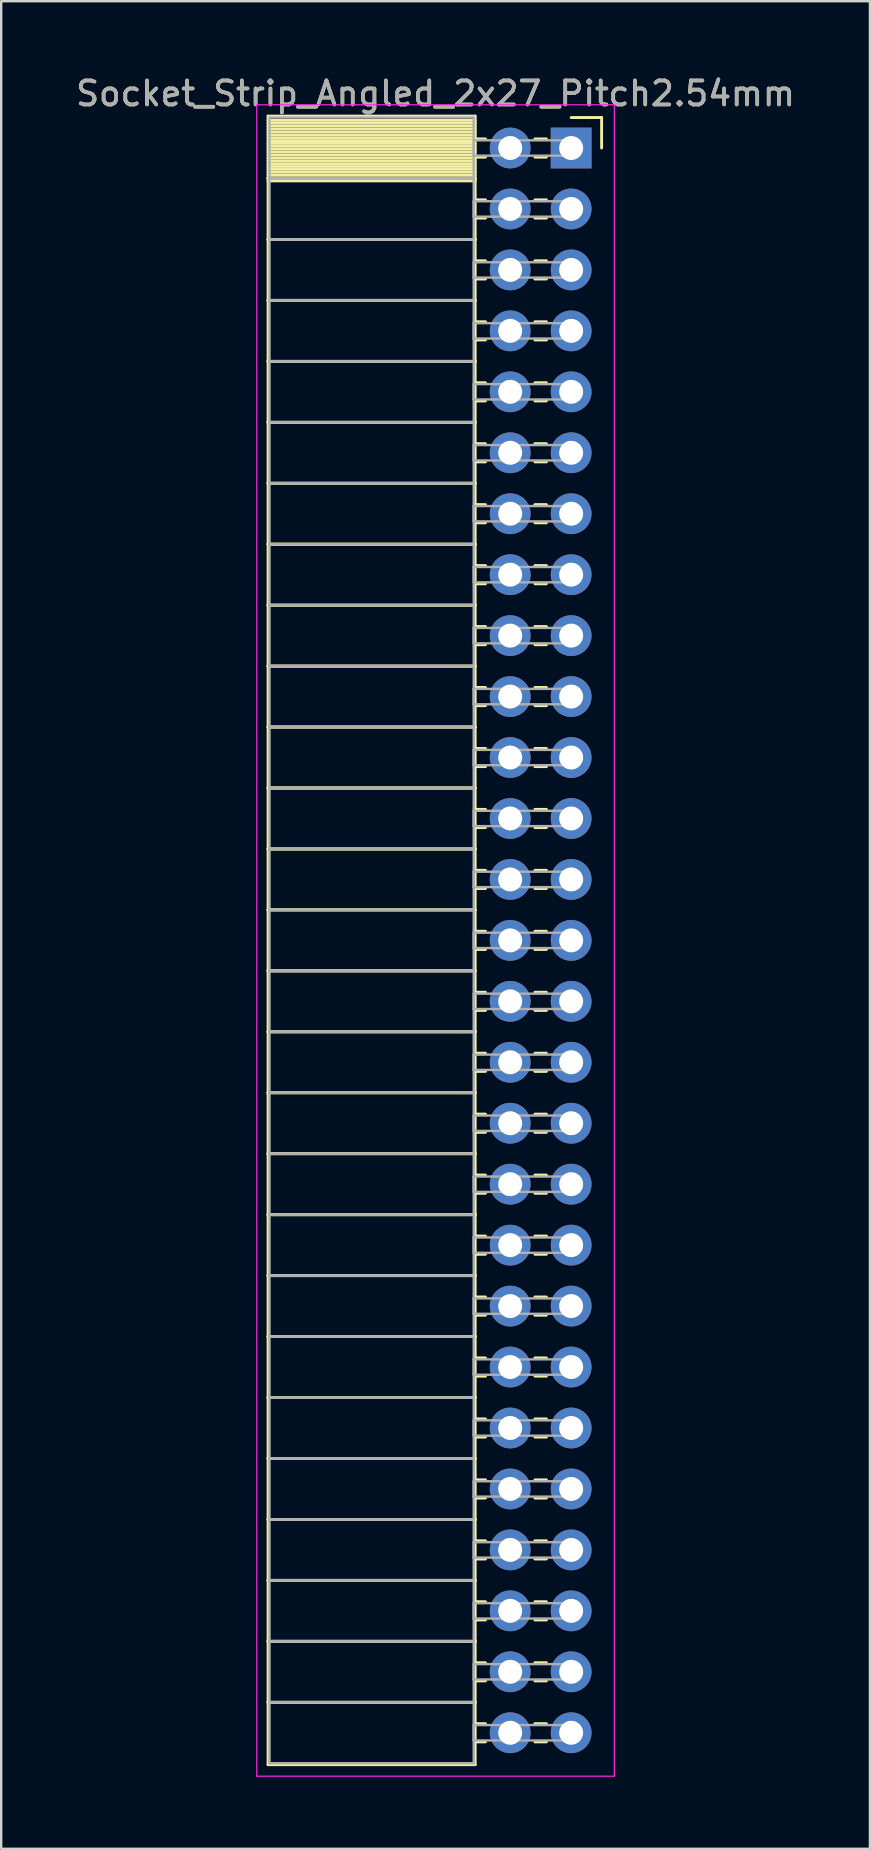
<source format=kicad_pcb>
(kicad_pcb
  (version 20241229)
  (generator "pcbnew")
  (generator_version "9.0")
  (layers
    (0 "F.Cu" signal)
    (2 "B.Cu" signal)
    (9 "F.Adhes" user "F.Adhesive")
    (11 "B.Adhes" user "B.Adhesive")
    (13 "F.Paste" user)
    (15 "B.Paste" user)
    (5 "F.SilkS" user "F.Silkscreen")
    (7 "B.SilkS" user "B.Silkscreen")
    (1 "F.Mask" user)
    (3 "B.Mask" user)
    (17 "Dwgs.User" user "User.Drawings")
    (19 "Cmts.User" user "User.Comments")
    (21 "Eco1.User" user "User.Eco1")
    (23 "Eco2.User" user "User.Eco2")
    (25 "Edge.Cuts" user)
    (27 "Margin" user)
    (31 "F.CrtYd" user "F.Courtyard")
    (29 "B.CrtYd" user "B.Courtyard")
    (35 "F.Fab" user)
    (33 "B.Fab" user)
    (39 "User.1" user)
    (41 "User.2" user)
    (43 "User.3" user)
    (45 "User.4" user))
  (footprint "Socket_Strip_Angled_2x27_Pitch2.54mm"
    (layer "F.Cu")
    (at 20.751 3.118)
    (property "Reference" "Socket_Strip_Angled_2x27_Pitch2.54mm" (at -5.65 -2.27 0) (layer "F.SilkS") (effects (font (size 1 1) (thickness 0.15))))
    (attr through_hole)
    (fp_line (start -12.63 -1.33) (end -4 -1.33) (stroke (width 0.12) (type solid)) (layer "F.SilkS"))
    (fp_line (start -12.63 1.27) (end -12.63 -1.33) (stroke (width 0.12) (type solid)) (layer "F.SilkS"))
    (fp_line (start -12.63 1.27) (end -4 1.27) (stroke (width 0.12) (type solid)) (layer "F.SilkS"))
    (fp_line (start -12.63 3.81) (end -12.63 1.27) (stroke (width 0.12) (type solid)) (layer "F.SilkS"))
    (fp_line (start -12.63 3.81) (end -4 3.81) (stroke (width 0.12) (type solid)) (layer "F.SilkS"))
    (fp_line (start -12.63 6.35) (end -12.63 3.81) (stroke (width 0.12) (type solid)) (layer "F.SilkS"))
    (fp_line (start -12.63 6.35) (end -4 6.35) (stroke (width 0.12) (type solid)) (layer "F.SilkS"))
    (fp_line (start -12.63 8.89) (end -12.63 6.35) (stroke (width 0.12) (type solid)) (layer "F.SilkS"))
    (fp_line (start -12.63 8.89) (end -4 8.89) (stroke (width 0.12) (type solid)) (layer "F.SilkS"))
    (fp_line (start -12.63 11.43) (end -12.63 8.89) (stroke (width 0.12) (type solid)) (layer "F.SilkS"))
    (fp_line (start -12.63 11.43) (end -4 11.43) (stroke (width 0.12) (type solid)) (layer "F.SilkS"))
    (fp_line (start -12.63 13.97) (end -12.63 11.43) (stroke (width 0.12) (type solid)) (layer "F.SilkS"))
    (fp_line (start -12.63 13.97) (end -4 13.97) (stroke (width 0.12) (type solid)) (layer "F.SilkS"))
    (fp_line (start -12.63 16.51) (end -12.63 13.97) (stroke (width 0.12) (type solid)) (layer "F.SilkS"))
    (fp_line (start -12.63 16.51) (end -4 16.51) (stroke (width 0.12) (type solid)) (layer "F.SilkS"))
    (fp_line (start -12.63 19.05) (end -12.63 16.51) (stroke (width 0.12) (type solid)) (layer "F.SilkS"))
    (fp_line (start -12.63 19.05) (end -4 19.05) (stroke (width 0.12) (type solid)) (layer "F.SilkS"))
    (fp_line (start -12.63 21.59) (end -12.63 19.05) (stroke (width 0.12) (type solid)) (layer "F.SilkS"))
    (fp_line (start -12.63 21.59) (end -4 21.59) (stroke (width 0.12) (type solid)) (layer "F.SilkS"))
    (fp_line (start -12.63 24.13) (end -12.63 21.59) (stroke (width 0.12) (type solid)) (layer "F.SilkS"))
    (fp_line (start -12.63 24.13) (end -4 24.13) (stroke (width 0.12) (type solid)) (layer "F.SilkS"))
    (fp_line (start -12.63 26.67) (end -12.63 24.13) (stroke (width 0.12) (type solid)) (layer "F.SilkS"))
    (fp_line (start -12.63 26.67) (end -4 26.67) (stroke (width 0.12) (type solid)) (layer "F.SilkS"))
    (fp_line (start -12.63 29.21) (end -12.63 26.67) (stroke (width 0.12) (type solid)) (layer "F.SilkS"))
    (fp_line (start -12.63 29.21) (end -4 29.21) (stroke (width 0.12) (type solid)) (layer "F.SilkS"))
    (fp_line (start -12.63 31.75) (end -12.63 29.21) (stroke (width 0.12) (type solid)) (layer "F.SilkS"))
    (fp_line (start -12.63 31.75) (end -4 31.75) (stroke (width 0.12) (type solid)) (layer "F.SilkS"))
    (fp_line (start -12.63 34.29) (end -12.63 31.75) (stroke (width 0.12) (type solid)) (layer "F.SilkS"))
    (fp_line (start -12.63 34.29) (end -4 34.29) (stroke (width 0.12) (type solid)) (layer "F.SilkS"))
    (fp_line (start -12.63 36.83) (end -12.63 34.29) (stroke (width 0.12) (type solid)) (layer "F.SilkS"))
    (fp_line (start -12.63 36.83) (end -4 36.83) (stroke (width 0.12) (type solid)) (layer "F.SilkS"))
    (fp_line (start -12.63 39.37) (end -12.63 36.83) (stroke (width 0.12) (type solid)) (layer "F.SilkS"))
    (fp_line (start -12.63 39.37) (end -4 39.37) (stroke (width 0.12) (type solid)) (layer "F.SilkS"))
    (fp_line (start -12.63 41.91) (end -12.63 39.37) (stroke (width 0.12) (type solid)) (layer "F.SilkS"))
    (fp_line (start -12.63 41.91) (end -4 41.91) (stroke (width 0.12) (type solid)) (layer "F.SilkS"))
    (fp_line (start -12.63 44.45) (end -12.63 41.91) (stroke (width 0.12) (type solid)) (layer "F.SilkS"))
    (fp_line (start -12.63 44.45) (end -4 44.45) (stroke (width 0.12) (type solid)) (layer "F.SilkS"))
    (fp_line (start -12.63 46.99) (end -12.63 44.45) (stroke (width 0.12) (type solid)) (layer "F.SilkS"))
    (fp_line (start -12.63 46.99) (end -4 46.99) (stroke (width 0.12) (type solid)) (layer "F.SilkS"))
    (fp_line (start -12.63 49.53) (end -12.63 46.99) (stroke (width 0.12) (type solid)) (layer "F.SilkS"))
    (fp_line (start -12.63 49.53) (end -4 49.53) (stroke (width 0.12) (type solid)) (layer "F.SilkS"))
    (fp_line (start -12.63 52.07) (end -12.63 49.53) (stroke (width 0.12) (type solid)) (layer "F.SilkS"))
    (fp_line (start -12.63 52.07) (end -4 52.07) (stroke (width 0.12) (type solid)) (layer "F.SilkS"))
    (fp_line (start -12.63 54.61) (end -12.63 52.07) (stroke (width 0.12) (type solid)) (layer "F.SilkS"))
    (fp_line (start -12.63 54.61) (end -4 54.61) (stroke (width 0.12) (type solid)) (layer "F.SilkS"))
    (fp_line (start -12.63 57.15) (end -12.63 54.61) (stroke (width 0.12) (type solid)) (layer "F.SilkS"))
    (fp_line (start -12.63 57.15) (end -4 57.15) (stroke (width 0.12) (type solid)) (layer "F.SilkS"))
    (fp_line (start -12.63 59.69) (end -12.63 57.15) (stroke (width 0.12) (type solid)) (layer "F.SilkS"))
    (fp_line (start -12.63 59.69) (end -4 59.69) (stroke (width 0.12) (type solid)) (layer "F.SilkS"))
    (fp_line (start -12.63 62.23) (end -12.63 59.69) (stroke (width 0.12) (type solid)) (layer "F.SilkS"))
    (fp_line (start -12.63 62.23) (end -4 62.23) (stroke (width 0.12) (type solid)) (layer "F.SilkS"))
    (fp_line (start -12.63 64.77) (end -12.63 62.23) (stroke (width 0.12) (type solid)) (layer "F.SilkS"))
    (fp_line (start -12.63 64.77) (end -4 64.77) (stroke (width 0.12) (type solid)) (layer "F.SilkS"))
    (fp_line (start -12.63 67.37) (end -12.63 64.77) (stroke (width 0.12) (type solid)) (layer "F.SilkS"))
    (fp_line (start -4 -1.33) (end -4 1.27) (stroke (width 0.12) (type solid)) (layer "F.SilkS"))
    (fp_line (start -4 -1.15) (end -12.63 -1.15) (stroke (width 0.12) (type solid)) (layer "F.SilkS"))
    (fp_line (start -4 -1.03) (end -12.63 -1.03) (stroke (width 0.12) (type solid)) (layer "F.SilkS"))
    (fp_line (start -4 -0.91) (end -12.63 -0.91) (stroke (width 0.12) (type solid)) (layer "F.SilkS"))
    (fp_line (start -4 -0.79) (end -12.63 -0.79) (stroke (width 0.12) (type solid)) (layer "F.SilkS"))
    (fp_line (start -4 -0.67) (end -12.63 -0.67) (stroke (width 0.12) (type solid)) (layer "F.SilkS"))
    (fp_line (start -4 -0.55) (end -12.63 -0.55) (stroke (width 0.12) (type solid)) (layer "F.SilkS"))
    (fp_line (start -4 -0.43) (end -12.63 -0.43) (stroke (width 0.12) (type solid)) (layer "F.SilkS"))
    (fp_line (start -4 -0.31) (end -12.63 -0.31) (stroke (width 0.12) (type solid)) (layer "F.SilkS"))
    (fp_line (start -4 -0.19) (end -12.63 -0.19) (stroke (width 0.12) (type solid)) (layer "F.SilkS"))
    (fp_line (start -4 -0.07) (end -12.63 -0.07) (stroke (width 0.12) (type solid)) (layer "F.SilkS"))
    (fp_line (start -4 0.05) (end -12.63 0.05) (stroke (width 0.12) (type solid)) (layer "F.SilkS"))
    (fp_line (start -4 0.17) (end -12.63 0.17) (stroke (width 0.12) (type solid)) (layer "F.SilkS"))
    (fp_line (start -4 0.29) (end -12.63 0.29) (stroke (width 0.12) (type solid)) (layer "F.SilkS"))
    (fp_line (start -4 0.41) (end -12.63 0.41) (stroke (width 0.12) (type solid)) (layer "F.SilkS"))
    (fp_line (start -4 0.53) (end -12.63 0.53) (stroke (width 0.12) (type solid)) (layer "F.SilkS"))
    (fp_line (start -4 0.65) (end -12.63 0.65) (stroke (width 0.12) (type solid)) (layer "F.SilkS"))
    (fp_line (start -4 0.77) (end -12.63 0.77) (stroke (width 0.12) (type solid)) (layer "F.SilkS"))
    (fp_line (start -4 0.89) (end -12.63 0.89) (stroke (width 0.12) (type solid)) (layer "F.SilkS"))
    (fp_line (start -4 1.01) (end -12.63 1.01) (stroke (width 0.12) (type solid)) (layer "F.SilkS"))
    (fp_line (start -4 1.13) (end -12.63 1.13) (stroke (width 0.12) (type solid)) (layer "F.SilkS"))
    (fp_line (start -4 1.25) (end -12.63 1.25) (stroke (width 0.12) (type solid)) (layer "F.SilkS"))
    (fp_line (start -4 1.27) (end -12.63 1.27) (stroke (width 0.12) (type solid)) (layer "F.SilkS"))
    (fp_line (start -4 1.27) (end -4 3.81) (stroke (width 0.12) (type solid)) (layer "F.SilkS"))
    (fp_line (start -4 1.37) (end -12.63 1.37) (stroke (width 0.12) (type solid)) (layer "F.SilkS"))
    (fp_line (start -4 3.81) (end -12.63 3.81) (stroke (width 0.12) (type solid)) (layer "F.SilkS"))
    (fp_line (start -4 3.81) (end -4 6.35) (stroke (width 0.12) (type solid)) (layer "F.SilkS"))
    (fp_line (start -4 6.35) (end -12.63 6.35) (stroke (width 0.12) (type solid)) (layer "F.SilkS"))
    (fp_line (start -4 6.35) (end -4 8.89) (stroke (width 0.12) (type solid)) (layer "F.SilkS"))
    (fp_line (start -4 8.89) (end -12.63 8.89) (stroke (width 0.12) (type solid)) (layer "F.SilkS"))
    (fp_line (start -4 8.89) (end -4 11.43) (stroke (width 0.12) (type solid)) (layer "F.SilkS"))
    (fp_line (start -4 11.43) (end -12.63 11.43) (stroke (width 0.12) (type solid)) (layer "F.SilkS"))
    (fp_line (start -4 11.43) (end -4 13.97) (stroke (width 0.12) (type solid)) (layer "F.SilkS"))
    (fp_line (start -4 13.97) (end -12.63 13.97) (stroke (width 0.12) (type solid)) (layer "F.SilkS"))
    (fp_line (start -4 13.97) (end -4 16.51) (stroke (width 0.12) (type solid)) (layer "F.SilkS"))
    (fp_line (start -4 16.51) (end -12.63 16.51) (stroke (width 0.12) (type solid)) (layer "F.SilkS"))
    (fp_line (start -4 16.51) (end -4 19.05) (stroke (width 0.12) (type solid)) (layer "F.SilkS"))
    (fp_line (start -4 19.05) (end -12.63 19.05) (stroke (width 0.12) (type solid)) (layer "F.SilkS"))
    (fp_line (start -4 19.05) (end -4 21.59) (stroke (width 0.12) (type solid)) (layer "F.SilkS"))
    (fp_line (start -4 21.59) (end -12.63 21.59) (stroke (width 0.12) (type solid)) (layer "F.SilkS"))
    (fp_line (start -4 21.59) (end -4 24.13) (stroke (width 0.12) (type solid)) (layer "F.SilkS"))
    (fp_line (start -4 24.13) (end -12.63 24.13) (stroke (width 0.12) (type solid)) (layer "F.SilkS"))
    (fp_line (start -4 24.13) (end -4 26.67) (stroke (width 0.12) (type solid)) (layer "F.SilkS"))
    (fp_line (start -4 26.67) (end -12.63 26.67) (stroke (width 0.12) (type solid)) (layer "F.SilkS"))
    (fp_line (start -4 26.67) (end -4 29.21) (stroke (width 0.12) (type solid)) (layer "F.SilkS"))
    (fp_line (start -4 29.21) (end -12.63 29.21) (stroke (width 0.12) (type solid)) (layer "F.SilkS"))
    (fp_line (start -4 29.21) (end -4 31.75) (stroke (width 0.12) (type solid)) (layer "F.SilkS"))
    (fp_line (start -4 31.75) (end -12.63 31.75) (stroke (width 0.12) (type solid)) (layer "F.SilkS"))
    (fp_line (start -4 31.75) (end -4 34.29) (stroke (width 0.12) (type solid)) (layer "F.SilkS"))
    (fp_line (start -4 34.29) (end -12.63 34.29) (stroke (width 0.12) (type solid)) (layer "F.SilkS"))
    (fp_line (start -4 34.29) (end -4 36.83) (stroke (width 0.12) (type solid)) (layer "F.SilkS"))
    (fp_line (start -4 36.83) (end -12.63 36.83) (stroke (width 0.12) (type solid)) (layer "F.SilkS"))
    (fp_line (start -4 36.83) (end -4 39.37) (stroke (width 0.12) (type solid)) (layer "F.SilkS"))
    (fp_line (start -4 39.37) (end -12.63 39.37) (stroke (width 0.12) (type solid)) (layer "F.SilkS"))
    (fp_line (start -4 39.37) (end -4 41.91) (stroke (width 0.12) (type solid)) (layer "F.SilkS"))
    (fp_line (start -4 41.91) (end -12.63 41.91) (stroke (width 0.12) (type solid)) (layer "F.SilkS"))
    (fp_line (start -4 41.91) (end -4 44.45) (stroke (width 0.12) (type solid)) (layer "F.SilkS"))
    (fp_line (start -4 44.45) (end -12.63 44.45) (stroke (width 0.12) (type solid)) (layer "F.SilkS"))
    (fp_line (start -4 44.45) (end -4 46.99) (stroke (width 0.12) (type solid)) (layer "F.SilkS"))
    (fp_line (start -4 46.99) (end -12.63 46.99) (stroke (width 0.12) (type solid)) (layer "F.SilkS"))
    (fp_line (start -4 46.99) (end -4 49.53) (stroke (width 0.12) (type solid)) (layer "F.SilkS"))
    (fp_line (start -4 49.53) (end -12.63 49.53) (stroke (width 0.12) (type solid)) (layer "F.SilkS"))
    (fp_line (start -4 49.53) (end -4 52.07) (stroke (width 0.12) (type solid)) (layer "F.SilkS"))
    (fp_line (start -4 52.07) (end -12.63 52.07) (stroke (width 0.12) (type solid)) (layer "F.SilkS"))
    (fp_line (start -4 52.07) (end -4 54.61) (stroke (width 0.12) (type solid)) (layer "F.SilkS"))
    (fp_line (start -4 54.61) (end -12.63 54.61) (stroke (width 0.12) (type solid)) (layer "F.SilkS"))
    (fp_line (start -4 54.61) (end -4 57.15) (stroke (width 0.12) (type solid)) (layer "F.SilkS"))
    (fp_line (start -4 57.15) (end -12.63 57.15) (stroke (width 0.12) (type solid)) (layer "F.SilkS"))
    (fp_line (start -4 57.15) (end -4 59.69) (stroke (width 0.12) (type solid)) (layer "F.SilkS"))
    (fp_line (start -4 59.69) (end -12.63 59.69) (stroke (width 0.12) (type solid)) (layer "F.SilkS"))
    (fp_line (start -4 59.69) (end -4 62.23) (stroke (width 0.12) (type solid)) (layer "F.SilkS"))
    (fp_line (start -4 62.23) (end -12.63 62.23) (stroke (width 0.12) (type solid)) (layer "F.SilkS"))
    (fp_line (start -4 62.23) (end -4 64.77) (stroke (width 0.12) (type solid)) (layer "F.SilkS"))
    (fp_line (start -4 64.77) (end -12.63 64.77) (stroke (width 0.12) (type solid)) (layer "F.SilkS"))
    (fp_line (start -4 64.77) (end -4 67.37) (stroke (width 0.12) (type solid)) (layer "F.SilkS"))
    (fp_line (start -4 67.37) (end -12.63 67.37) (stroke (width 0.12) (type solid)) (layer "F.SilkS"))
    (fp_line (start -3.57 -0.38) (end -4 -0.38) (stroke (width 0.12) (type solid)) (layer "F.SilkS"))
    (fp_line (start -3.57 0.38) (end -4 0.38) (stroke (width 0.12) (type solid)) (layer "F.SilkS"))
    (fp_line (start -3.57 2.16) (end -4 2.16) (stroke (width 0.12) (type solid)) (layer "F.SilkS"))
    (fp_line (start -3.57 2.92) (end -4 2.92) (stroke (width 0.12) (type solid)) (layer "F.SilkS"))
    (fp_line (start -3.57 4.7) (end -4 4.7) (stroke (width 0.12) (type solid)) (layer "F.SilkS"))
    (fp_line (start -3.57 5.46) (end -4 5.46) (stroke (width 0.12) (type solid)) (layer "F.SilkS"))
    (fp_line (start -3.57 7.24) (end -4 7.24) (stroke (width 0.12) (type solid)) (layer "F.SilkS"))
    (fp_line (start -3.57 8) (end -4 8) (stroke (width 0.12) (type solid)) (layer "F.SilkS"))
    (fp_line (start -3.57 9.78) (end -4 9.78) (stroke (width 0.12) (type solid)) (layer "F.SilkS"))
    (fp_line (start -3.57 10.54) (end -4 10.54) (stroke (width 0.12) (type solid)) (layer "F.SilkS"))
    (fp_line (start -3.57 12.32) (end -4 12.32) (stroke (width 0.12) (type solid)) (layer "F.SilkS"))
    (fp_line (start -3.57 13.08) (end -4 13.08) (stroke (width 0.12) (type solid)) (layer "F.SilkS"))
    (fp_line (start -3.57 14.86) (end -4 14.86) (stroke (width 0.12) (type solid)) (layer "F.SilkS"))
    (fp_line (start -3.57 15.62) (end -4 15.62) (stroke (width 0.12) (type solid)) (layer "F.SilkS"))
    (fp_line (start -3.57 17.4) (end -4 17.4) (stroke (width 0.12) (type solid)) (layer "F.SilkS"))
    (fp_line (start -3.57 18.16) (end -4 18.16) (stroke (width 0.12) (type solid)) (layer "F.SilkS"))
    (fp_line (start -3.57 19.94) (end -4 19.94) (stroke (width 0.12) (type solid)) (layer "F.SilkS"))
    (fp_line (start -3.57 20.7) (end -4 20.7) (stroke (width 0.12) (type solid)) (layer "F.SilkS"))
    (fp_line (start -3.57 22.48) (end -4 22.48) (stroke (width 0.12) (type solid)) (layer "F.SilkS"))
    (fp_line (start -3.57 23.24) (end -4 23.24) (stroke (width 0.12) (type solid)) (layer "F.SilkS"))
    (fp_line (start -3.57 25.02) (end -4 25.02) (stroke (width 0.12) (type solid)) (layer "F.SilkS"))
    (fp_line (start -3.57 25.78) (end -4 25.78) (stroke (width 0.12) (type solid)) (layer "F.SilkS"))
    (fp_line (start -3.57 27.56) (end -4 27.56) (stroke (width 0.12) (type solid)) (layer "F.SilkS"))
    (fp_line (start -3.57 28.32) (end -4 28.32) (stroke (width 0.12) (type solid)) (layer "F.SilkS"))
    (fp_line (start -3.57 30.1) (end -4 30.1) (stroke (width 0.12) (type solid)) (layer "F.SilkS"))
    (fp_line (start -3.57 30.86) (end -4 30.86) (stroke (width 0.12) (type solid)) (layer "F.SilkS"))
    (fp_line (start -3.57 32.64) (end -4 32.64) (stroke (width 0.12) (type solid)) (layer "F.SilkS"))
    (fp_line (start -3.57 33.4) (end -4 33.4) (stroke (width 0.12) (type solid)) (layer "F.SilkS"))
    (fp_line (start -3.57 35.18) (end -4 35.18) (stroke (width 0.12) (type solid)) (layer "F.SilkS"))
    (fp_line (start -3.57 35.94) (end -4 35.94) (stroke (width 0.12) (type solid)) (layer "F.SilkS"))
    (fp_line (start -3.57 37.72) (end -4 37.72) (stroke (width 0.12) (type solid)) (layer "F.SilkS"))
    (fp_line (start -3.57 38.48) (end -4 38.48) (stroke (width 0.12) (type solid)) (layer "F.SilkS"))
    (fp_line (start -3.57 40.26) (end -4 40.26) (stroke (width 0.12) (type solid)) (layer "F.SilkS"))
    (fp_line (start -3.57 41.02) (end -4 41.02) (stroke (width 0.12) (type solid)) (layer "F.SilkS"))
    (fp_line (start -3.57 42.8) (end -4 42.8) (stroke (width 0.12) (type solid)) (layer "F.SilkS"))
    (fp_line (start -3.57 43.56) (end -4 43.56) (stroke (width 0.12) (type solid)) (layer "F.SilkS"))
    (fp_line (start -3.57 45.34) (end -4 45.34) (stroke (width 0.12) (type solid)) (layer "F.SilkS"))
    (fp_line (start -3.57 46.1) (end -4 46.1) (stroke (width 0.12) (type solid)) (layer "F.SilkS"))
    (fp_line (start -3.57 47.88) (end -4 47.88) (stroke (width 0.12) (type solid)) (layer "F.SilkS"))
    (fp_line (start -3.57 48.64) (end -4 48.64) (stroke (width 0.12) (type solid)) (layer "F.SilkS"))
    (fp_line (start -3.57 50.42) (end -4 50.42) (stroke (width 0.12) (type solid)) (layer "F.SilkS"))
    (fp_line (start -3.57 51.18) (end -4 51.18) (stroke (width 0.12) (type solid)) (layer "F.SilkS"))
    (fp_line (start -3.57 52.96) (end -4 52.96) (stroke (width 0.12) (type solid)) (layer "F.SilkS"))
    (fp_line (start -3.57 53.72) (end -4 53.72) (stroke (width 0.12) (type solid)) (layer "F.SilkS"))
    (fp_line (start -3.57 55.5) (end -4 55.5) (stroke (width 0.12) (type solid)) (layer "F.SilkS"))
    (fp_line (start -3.57 56.26) (end -4 56.26) (stroke (width 0.12) (type solid)) (layer "F.SilkS"))
    (fp_line (start -3.57 58.04) (end -4 58.04) (stroke (width 0.12) (type solid)) (layer "F.SilkS"))
    (fp_line (start -3.57 58.8) (end -4 58.8) (stroke (width 0.12) (type solid)) (layer "F.SilkS"))
    (fp_line (start -3.57 60.58) (end -4 60.58) (stroke (width 0.12) (type solid)) (layer "F.SilkS"))
    (fp_line (start -3.57 61.34) (end -4 61.34) (stroke (width 0.12) (type solid)) (layer "F.SilkS"))
    (fp_line (start -3.57 63.12) (end -4 63.12) (stroke (width 0.12) (type solid)) (layer "F.SilkS"))
    (fp_line (start -3.57 63.88) (end -4 63.88) (stroke (width 0.12) (type solid)) (layer "F.SilkS"))
    (fp_line (start -3.57 65.66) (end -4 65.66) (stroke (width 0.12) (type solid)) (layer "F.SilkS"))
    (fp_line (start -3.57 66.42) (end -4 66.42) (stroke (width 0.12) (type solid)) (layer "F.SilkS"))
    (fp_line (start -1.03 -0.38) (end -1.51 -0.38) (stroke (width 0.12) (type solid)) (layer "F.SilkS"))
    (fp_line (start -1.03 0.38) (end -1.51 0.38) (stroke (width 0.12) (type solid)) (layer "F.SilkS"))
    (fp_line (start -1.03 2.16) (end -1.51 2.16) (stroke (width 0.12) (type solid)) (layer "F.SilkS"))
    (fp_line (start -1.03 2.92) (end -1.51 2.92) (stroke (width 0.12) (type solid)) (layer "F.SilkS"))
    (fp_line (start -1.03 4.7) (end -1.51 4.7) (stroke (width 0.12) (type solid)) (layer "F.SilkS"))
    (fp_line (start -1.03 5.46) (end -1.51 5.46) (stroke (width 0.12) (type solid)) (layer "F.SilkS"))
    (fp_line (start -1.03 7.24) (end -1.51 7.24) (stroke (width 0.12) (type solid)) (layer "F.SilkS"))
    (fp_line (start -1.03 8) (end -1.51 8) (stroke (width 0.12) (type solid)) (layer "F.SilkS"))
    (fp_line (start -1.03 9.78) (end -1.51 9.78) (stroke (width 0.12) (type solid)) (layer "F.SilkS"))
    (fp_line (start -1.03 10.54) (end -1.51 10.54) (stroke (width 0.12) (type solid)) (layer "F.SilkS"))
    (fp_line (start -1.03 12.32) (end -1.51 12.32) (stroke (width 0.12) (type solid)) (layer "F.SilkS"))
    (fp_line (start -1.03 13.08) (end -1.51 13.08) (stroke (width 0.12) (type solid)) (layer "F.SilkS"))
    (fp_line (start -1.03 14.86) (end -1.51 14.86) (stroke (width 0.12) (type solid)) (layer "F.SilkS"))
    (fp_line (start -1.03 15.62) (end -1.51 15.62) (stroke (width 0.12) (type solid)) (layer "F.SilkS"))
    (fp_line (start -1.03 17.4) (end -1.51 17.4) (stroke (width 0.12) (type solid)) (layer "F.SilkS"))
    (fp_line (start -1.03 18.16) (end -1.51 18.16) (stroke (width 0.12) (type solid)) (layer "F.SilkS"))
    (fp_line (start -1.03 19.94) (end -1.51 19.94) (stroke (width 0.12) (type solid)) (layer "F.SilkS"))
    (fp_line (start -1.03 20.7) (end -1.51 20.7) (stroke (width 0.12) (type solid)) (layer "F.SilkS"))
    (fp_line (start -1.03 22.48) (end -1.51 22.48) (stroke (width 0.12) (type solid)) (layer "F.SilkS"))
    (fp_line (start -1.03 23.24) (end -1.51 23.24) (stroke (width 0.12) (type solid)) (layer "F.SilkS"))
    (fp_line (start -1.03 25.02) (end -1.51 25.02) (stroke (width 0.12) (type solid)) (layer "F.SilkS"))
    (fp_line (start -1.03 25.78) (end -1.51 25.78) (stroke (width 0.12) (type solid)) (layer "F.SilkS"))
    (fp_line (start -1.03 27.56) (end -1.51 27.56) (stroke (width 0.12) (type solid)) (layer "F.SilkS"))
    (fp_line (start -1.03 28.32) (end -1.51 28.32) (stroke (width 0.12) (type solid)) (layer "F.SilkS"))
    (fp_line (start -1.03 30.1) (end -1.51 30.1) (stroke (width 0.12) (type solid)) (layer "F.SilkS"))
    (fp_line (start -1.03 30.86) (end -1.51 30.86) (stroke (width 0.12) (type solid)) (layer "F.SilkS"))
    (fp_line (start -1.03 32.64) (end -1.51 32.64) (stroke (width 0.12) (type solid)) (layer "F.SilkS"))
    (fp_line (start -1.03 33.4) (end -1.51 33.4) (stroke (width 0.12) (type solid)) (layer "F.SilkS"))
    (fp_line (start -1.03 35.18) (end -1.51 35.18) (stroke (width 0.12) (type solid)) (layer "F.SilkS"))
    (fp_line (start -1.03 35.94) (end -1.51 35.94) (stroke (width 0.12) (type solid)) (layer "F.SilkS"))
    (fp_line (start -1.03 37.72) (end -1.51 37.72) (stroke (width 0.12) (type solid)) (layer "F.SilkS"))
    (fp_line (start -1.03 38.48) (end -1.51 38.48) (stroke (width 0.12) (type solid)) (layer "F.SilkS"))
    (fp_line (start -1.03 40.26) (end -1.51 40.26) (stroke (width 0.12) (type solid)) (layer "F.SilkS"))
    (fp_line (start -1.03 41.02) (end -1.51 41.02) (stroke (width 0.12) (type solid)) (layer "F.SilkS"))
    (fp_line (start -1.03 42.8) (end -1.51 42.8) (stroke (width 0.12) (type solid)) (layer "F.SilkS"))
    (fp_line (start -1.03 43.56) (end -1.51 43.56) (stroke (width 0.12) (type solid)) (layer "F.SilkS"))
    (fp_line (start -1.03 45.34) (end -1.51 45.34) (stroke (width 0.12) (type solid)) (layer "F.SilkS"))
    (fp_line (start -1.03 46.1) (end -1.51 46.1) (stroke (width 0.12) (type solid)) (layer "F.SilkS"))
    (fp_line (start -1.03 47.88) (end -1.51 47.88) (stroke (width 0.12) (type solid)) (layer "F.SilkS"))
    (fp_line (start -1.03 48.64) (end -1.51 48.64) (stroke (width 0.12) (type solid)) (layer "F.SilkS"))
    (fp_line (start -1.03 50.42) (end -1.51 50.42) (stroke (width 0.12) (type solid)) (layer "F.SilkS"))
    (fp_line (start -1.03 51.18) (end -1.51 51.18) (stroke (width 0.12) (type solid)) (layer "F.SilkS"))
    (fp_line (start -1.03 52.96) (end -1.51 52.96) (stroke (width 0.12) (type solid)) (layer "F.SilkS"))
    (fp_line (start -1.03 53.72) (end -1.51 53.72) (stroke (width 0.12) (type solid)) (layer "F.SilkS"))
    (fp_line (start -1.03 55.5) (end -1.51 55.5) (stroke (width 0.12) (type solid)) (layer "F.SilkS"))
    (fp_line (start -1.03 56.26) (end -1.51 56.26) (stroke (width 0.12) (type solid)) (layer "F.SilkS"))
    (fp_line (start -1.03 58.04) (end -1.51 58.04) (stroke (width 0.12) (type solid)) (layer "F.SilkS"))
    (fp_line (start -1.03 58.8) (end -1.51 58.8) (stroke (width 0.12) (type solid)) (layer "F.SilkS"))
    (fp_line (start -1.03 60.58) (end -1.51 60.58) (stroke (width 0.12) (type solid)) (layer "F.SilkS"))
    (fp_line (start -1.03 61.34) (end -1.51 61.34) (stroke (width 0.12) (type solid)) (layer "F.SilkS"))
    (fp_line (start -1.03 63.12) (end -1.51 63.12) (stroke (width 0.12) (type solid)) (layer "F.SilkS"))
    (fp_line (start -1.03 63.88) (end -1.51 63.88) (stroke (width 0.12) (type solid)) (layer "F.SilkS"))
    (fp_line (start -1.03 65.66) (end -1.51 65.66) (stroke (width 0.12) (type solid)) (layer "F.SilkS"))
    (fp_line (start -1.03 66.42) (end -1.51 66.42) (stroke (width 0.12) (type solid)) (layer "F.SilkS"))
    (fp_line (start 0 -1.27) (end 1.27 -1.27) (stroke (width 0.12) (type solid)) (layer "F.SilkS"))
    (fp_line (start 1.27 -1.27) (end 1.27 0) (stroke (width 0.12) (type solid)) (layer "F.SilkS"))
    (fp_line (start -13.1 -1.8) (end 1.8 -1.8) (stroke (width 0.05) (type solid)) (layer "F.CrtYd"))
    (fp_line (start -13.1 67.85) (end -13.1 -1.8) (stroke (width 0.05) (type solid)) (layer "F.CrtYd"))
    (fp_line (start 1.8 -1.8) (end 1.8 67.85) (stroke (width 0.05) (type solid)) (layer "F.CrtYd"))
    (fp_line (start 1.8 67.85) (end -13.1 67.85) (stroke (width 0.05) (type solid)) (layer "F.CrtYd"))
    (fp_line (start -12.57 -1.27) (end -4.06 -1.27) (stroke (width 0.1) (type solid)) (layer "F.Fab"))
    (fp_line (start -12.57 1.27) (end -12.57 -1.27) (stroke (width 0.1) (type solid)) (layer "F.Fab"))
    (fp_line (start -12.57 1.27) (end -4.06 1.27) (stroke (width 0.1) (type solid)) (layer "F.Fab"))
    (fp_line (start -12.57 3.81) (end -12.57 1.27) (stroke (width 0.1) (type solid)) (layer "F.Fab"))
    (fp_line (start -12.57 3.81) (end -4.06 3.81) (stroke (width 0.1) (type solid)) (layer "F.Fab"))
    (fp_line (start -12.57 6.35) (end -12.57 3.81) (stroke (width 0.1) (type solid)) (layer "F.Fab"))
    (fp_line (start -12.57 6.35) (end -4.06 6.35) (stroke (width 0.1) (type solid)) (layer "F.Fab"))
    (fp_line (start -12.57 8.89) (end -12.57 6.35) (stroke (width 0.1) (type solid)) (layer "F.Fab"))
    (fp_line (start -12.57 8.89) (end -4.06 8.89) (stroke (width 0.1) (type solid)) (layer "F.Fab"))
    (fp_line (start -12.57 11.43) (end -12.57 8.89) (stroke (width 0.1) (type solid)) (layer "F.Fab"))
    (fp_line (start -12.57 11.43) (end -4.06 11.43) (stroke (width 0.1) (type solid)) (layer "F.Fab"))
    (fp_line (start -12.57 13.97) (end -12.57 11.43) (stroke (width 0.1) (type solid)) (layer "F.Fab"))
    (fp_line (start -12.57 13.97) (end -4.06 13.97) (stroke (width 0.1) (type solid)) (layer "F.Fab"))
    (fp_line (start -12.57 16.51) (end -12.57 13.97) (stroke (width 0.1) (type solid)) (layer "F.Fab"))
    (fp_line (start -12.57 16.51) (end -4.06 16.51) (stroke (width 0.1) (type solid)) (layer "F.Fab"))
    (fp_line (start -12.57 19.05) (end -12.57 16.51) (stroke (width 0.1) (type solid)) (layer "F.Fab"))
    (fp_line (start -12.57 19.05) (end -4.06 19.05) (stroke (width 0.1) (type solid)) (layer "F.Fab"))
    (fp_line (start -12.57 21.59) (end -12.57 19.05) (stroke (width 0.1) (type solid)) (layer "F.Fab"))
    (fp_line (start -12.57 21.59) (end -4.06 21.59) (stroke (width 0.1) (type solid)) (layer "F.Fab"))
    (fp_line (start -12.57 24.13) (end -12.57 21.59) (stroke (width 0.1) (type solid)) (layer "F.Fab"))
    (fp_line (start -12.57 24.13) (end -4.06 24.13) (stroke (width 0.1) (type solid)) (layer "F.Fab"))
    (fp_line (start -12.57 26.67) (end -12.57 24.13) (stroke (width 0.1) (type solid)) (layer "F.Fab"))
    (fp_line (start -12.57 26.67) (end -4.06 26.67) (stroke (width 0.1) (type solid)) (layer "F.Fab"))
    (fp_line (start -12.57 29.21) (end -12.57 26.67) (stroke (width 0.1) (type solid)) (layer "F.Fab"))
    (fp_line (start -12.57 29.21) (end -4.06 29.21) (stroke (width 0.1) (type solid)) (layer "F.Fab"))
    (fp_line (start -12.57 31.75) (end -12.57 29.21) (stroke (width 0.1) (type solid)) (layer "F.Fab"))
    (fp_line (start -12.57 31.75) (end -4.06 31.75) (stroke (width 0.1) (type solid)) (layer "F.Fab"))
    (fp_line (start -12.57 34.29) (end -12.57 31.75) (stroke (width 0.1) (type solid)) (layer "F.Fab"))
    (fp_line (start -12.57 34.29) (end -4.06 34.29) (stroke (width 0.1) (type solid)) (layer "F.Fab"))
    (fp_line (start -12.57 36.83) (end -12.57 34.29) (stroke (width 0.1) (type solid)) (layer "F.Fab"))
    (fp_line (start -12.57 36.83) (end -4.06 36.83) (stroke (width 0.1) (type solid)) (layer "F.Fab"))
    (fp_line (start -12.57 39.37) (end -12.57 36.83) (stroke (width 0.1) (type solid)) (layer "F.Fab"))
    (fp_line (start -12.57 39.37) (end -4.06 39.37) (stroke (width 0.1) (type solid)) (layer "F.Fab"))
    (fp_line (start -12.57 41.91) (end -12.57 39.37) (stroke (width 0.1) (type solid)) (layer "F.Fab"))
    (fp_line (start -12.57 41.91) (end -4.06 41.91) (stroke (width 0.1) (type solid)) (layer "F.Fab"))
    (fp_line (start -12.57 44.45) (end -12.57 41.91) (stroke (width 0.1) (type solid)) (layer "F.Fab"))
    (fp_line (start -12.57 44.45) (end -4.06 44.45) (stroke (width 0.1) (type solid)) (layer "F.Fab"))
    (fp_line (start -12.57 46.99) (end -12.57 44.45) (stroke (width 0.1) (type solid)) (layer "F.Fab"))
    (fp_line (start -12.57 46.99) (end -4.06 46.99) (stroke (width 0.1) (type solid)) (layer "F.Fab"))
    (fp_line (start -12.57 49.53) (end -12.57 46.99) (stroke (width 0.1) (type solid)) (layer "F.Fab"))
    (fp_line (start -12.57 49.53) (end -4.06 49.53) (stroke (width 0.1) (type solid)) (layer "F.Fab"))
    (fp_line (start -12.57 52.07) (end -12.57 49.53) (stroke (width 0.1) (type solid)) (layer "F.Fab"))
    (fp_line (start -12.57 52.07) (end -4.06 52.07) (stroke (width 0.1) (type solid)) (layer "F.Fab"))
    (fp_line (start -12.57 54.61) (end -12.57 52.07) (stroke (width 0.1) (type solid)) (layer "F.Fab"))
    (fp_line (start -12.57 54.61) (end -4.06 54.61) (stroke (width 0.1) (type solid)) (layer "F.Fab"))
    (fp_line (start -12.57 57.15) (end -12.57 54.61) (stroke (width 0.1) (type solid)) (layer "F.Fab"))
    (fp_line (start -12.57 57.15) (end -4.06 57.15) (stroke (width 0.1) (type solid)) (layer "F.Fab"))
    (fp_line (start -12.57 59.69) (end -12.57 57.15) (stroke (width 0.1) (type solid)) (layer "F.Fab"))
    (fp_line (start -12.57 59.69) (end -4.06 59.69) (stroke (width 0.1) (type solid)) (layer "F.Fab"))
    (fp_line (start -12.57 62.23) (end -12.57 59.69) (stroke (width 0.1) (type solid)) (layer "F.Fab"))
    (fp_line (start -12.57 62.23) (end -4.06 62.23) (stroke (width 0.1) (type solid)) (layer "F.Fab"))
    (fp_line (start -12.57 64.77) (end -12.57 62.23) (stroke (width 0.1) (type solid)) (layer "F.Fab"))
    (fp_line (start -12.57 64.77) (end -4.06 64.77) (stroke (width 0.1) (type solid)) (layer "F.Fab"))
    (fp_line (start -12.57 67.31) (end -12.57 64.77) (stroke (width 0.1) (type solid)) (layer "F.Fab"))
    (fp_line (start -4.06 -1.27) (end -4.06 1.27) (stroke (width 0.1) (type solid)) (layer "F.Fab"))
    (fp_line (start -4.06 -0.32) (end 0 -0.32) (stroke (width 0.1) (type solid)) (layer "F.Fab"))
    (fp_line (start -4.06 0.32) (end -4.06 -0.32) (stroke (width 0.1) (type solid)) (layer "F.Fab"))
    (fp_line (start -4.06 1.27) (end -12.57 1.27) (stroke (width 0.1) (type solid)) (layer "F.Fab"))
    (fp_line (start -4.06 1.27) (end -4.06 3.81) (stroke (width 0.1) (type solid)) (layer "F.Fab"))
    (fp_line (start -4.06 2.22) (end 0 2.22) (stroke (width 0.1) (type solid)) (layer "F.Fab"))
    (fp_line (start -4.06 2.86) (end -4.06 2.22) (stroke (width 0.1) (type solid)) (layer "F.Fab"))
    (fp_line (start -4.06 3.81) (end -12.57 3.81) (stroke (width 0.1) (type solid)) (layer "F.Fab"))
    (fp_line (start -4.06 3.81) (end -4.06 6.35) (stroke (width 0.1) (type solid)) (layer "F.Fab"))
    (fp_line (start -4.06 4.76) (end 0 4.76) (stroke (width 0.1) (type solid)) (layer "F.Fab"))
    (fp_line (start -4.06 5.4) (end -4.06 4.76) (stroke (width 0.1) (type solid)) (layer "F.Fab"))
    (fp_line (start -4.06 6.35) (end -12.57 6.35) (stroke (width 0.1) (type solid)) (layer "F.Fab"))
    (fp_line (start -4.06 6.35) (end -4.06 8.89) (stroke (width 0.1) (type solid)) (layer "F.Fab"))
    (fp_line (start -4.06 7.3) (end 0 7.3) (stroke (width 0.1) (type solid)) (layer "F.Fab"))
    (fp_line (start -4.06 7.94) (end -4.06 7.3) (stroke (width 0.1) (type solid)) (layer "F.Fab"))
    (fp_line (start -4.06 8.89) (end -12.57 8.89) (stroke (width 0.1) (type solid)) (layer "F.Fab"))
    (fp_line (start -4.06 8.89) (end -4.06 11.43) (stroke (width 0.1) (type solid)) (layer "F.Fab"))
    (fp_line (start -4.06 9.84) (end 0 9.84) (stroke (width 0.1) (type solid)) (layer "F.Fab"))
    (fp_line (start -4.06 10.48) (end -4.06 9.84) (stroke (width 0.1) (type solid)) (layer "F.Fab"))
    (fp_line (start -4.06 11.43) (end -12.57 11.43) (stroke (width 0.1) (type solid)) (layer "F.Fab"))
    (fp_line (start -4.06 11.43) (end -4.06 13.97) (stroke (width 0.1) (type solid)) (layer "F.Fab"))
    (fp_line (start -4.06 12.38) (end 0 12.38) (stroke (width 0.1) (type solid)) (layer "F.Fab"))
    (fp_line (start -4.06 13.02) (end -4.06 12.38) (stroke (width 0.1) (type solid)) (layer "F.Fab"))
    (fp_line (start -4.06 13.97) (end -12.57 13.97) (stroke (width 0.1) (type solid)) (layer "F.Fab"))
    (fp_line (start -4.06 13.97) (end -4.06 16.51) (stroke (width 0.1) (type solid)) (layer "F.Fab"))
    (fp_line (start -4.06 14.92) (end 0 14.92) (stroke (width 0.1) (type solid)) (layer "F.Fab"))
    (fp_line (start -4.06 15.56) (end -4.06 14.92) (stroke (width 0.1) (type solid)) (layer "F.Fab"))
    (fp_line (start -4.06 16.51) (end -12.57 16.51) (stroke (width 0.1) (type solid)) (layer "F.Fab"))
    (fp_line (start -4.06 16.51) (end -4.06 19.05) (stroke (width 0.1) (type solid)) (layer "F.Fab"))
    (fp_line (start -4.06 17.46) (end 0 17.46) (stroke (width 0.1) (type solid)) (layer "F.Fab"))
    (fp_line (start -4.06 18.1) (end -4.06 17.46) (stroke (width 0.1) (type solid)) (layer "F.Fab"))
    (fp_line (start -4.06 19.05) (end -12.57 19.05) (stroke (width 0.1) (type solid)) (layer "F.Fab"))
    (fp_line (start -4.06 19.05) (end -4.06 21.59) (stroke (width 0.1) (type solid)) (layer "F.Fab"))
    (fp_line (start -4.06 20) (end 0 20) (stroke (width 0.1) (type solid)) (layer "F.Fab"))
    (fp_line (start -4.06 20.64) (end -4.06 20) (stroke (width 0.1) (type solid)) (layer "F.Fab"))
    (fp_line (start -4.06 21.59) (end -12.57 21.59) (stroke (width 0.1) (type solid)) (layer "F.Fab"))
    (fp_line (start -4.06 21.59) (end -4.06 24.13) (stroke (width 0.1) (type solid)) (layer "F.Fab"))
    (fp_line (start -4.06 22.54) (end 0 22.54) (stroke (width 0.1) (type solid)) (layer "F.Fab"))
    (fp_line (start -4.06 23.18) (end -4.06 22.54) (stroke (width 0.1) (type solid)) (layer "F.Fab"))
    (fp_line (start -4.06 24.13) (end -12.57 24.13) (stroke (width 0.1) (type solid)) (layer "F.Fab"))
    (fp_line (start -4.06 24.13) (end -4.06 26.67) (stroke (width 0.1) (type solid)) (layer "F.Fab"))
    (fp_line (start -4.06 25.08) (end 0 25.08) (stroke (width 0.1) (type solid)) (layer "F.Fab"))
    (fp_line (start -4.06 25.72) (end -4.06 25.08) (stroke (width 0.1) (type solid)) (layer "F.Fab"))
    (fp_line (start -4.06 26.67) (end -12.57 26.67) (stroke (width 0.1) (type solid)) (layer "F.Fab"))
    (fp_line (start -4.06 26.67) (end -4.06 29.21) (stroke (width 0.1) (type solid)) (layer "F.Fab"))
    (fp_line (start -4.06 27.62) (end 0 27.62) (stroke (width 0.1) (type solid)) (layer "F.Fab"))
    (fp_line (start -4.06 28.26) (end -4.06 27.62) (stroke (width 0.1) (type solid)) (layer "F.Fab"))
    (fp_line (start -4.06 29.21) (end -12.57 29.21) (stroke (width 0.1) (type solid)) (layer "F.Fab"))
    (fp_line (start -4.06 29.21) (end -4.06 31.75) (stroke (width 0.1) (type solid)) (layer "F.Fab"))
    (fp_line (start -4.06 30.16) (end 0 30.16) (stroke (width 0.1) (type solid)) (layer "F.Fab"))
    (fp_line (start -4.06 30.8) (end -4.06 30.16) (stroke (width 0.1) (type solid)) (layer "F.Fab"))
    (fp_line (start -4.06 31.75) (end -12.57 31.75) (stroke (width 0.1) (type solid)) (layer "F.Fab"))
    (fp_line (start -4.06 31.75) (end -4.06 34.29) (stroke (width 0.1) (type solid)) (layer "F.Fab"))
    (fp_line (start -4.06 32.7) (end 0 32.7) (stroke (width 0.1) (type solid)) (layer "F.Fab"))
    (fp_line (start -4.06 33.34) (end -4.06 32.7) (stroke (width 0.1) (type solid)) (layer "F.Fab"))
    (fp_line (start -4.06 34.29) (end -12.57 34.29) (stroke (width 0.1) (type solid)) (layer "F.Fab"))
    (fp_line (start -4.06 34.29) (end -4.06 36.83) (stroke (width 0.1) (type solid)) (layer "F.Fab"))
    (fp_line (start -4.06 35.24) (end 0 35.24) (stroke (width 0.1) (type solid)) (layer "F.Fab"))
    (fp_line (start -4.06 35.88) (end -4.06 35.24) (stroke (width 0.1) (type solid)) (layer "F.Fab"))
    (fp_line (start -4.06 36.83) (end -12.57 36.83) (stroke (width 0.1) (type solid)) (layer "F.Fab"))
    (fp_line (start -4.06 36.83) (end -4.06 39.37) (stroke (width 0.1) (type solid)) (layer "F.Fab"))
    (fp_line (start -4.06 37.78) (end 0 37.78) (stroke (width 0.1) (type solid)) (layer "F.Fab"))
    (fp_line (start -4.06 38.42) (end -4.06 37.78) (stroke (width 0.1) (type solid)) (layer "F.Fab"))
    (fp_line (start -4.06 39.37) (end -12.57 39.37) (stroke (width 0.1) (type solid)) (layer "F.Fab"))
    (fp_line (start -4.06 39.37) (end -4.06 41.91) (stroke (width 0.1) (type solid)) (layer "F.Fab"))
    (fp_line (start -4.06 40.32) (end 0 40.32) (stroke (width 0.1) (type solid)) (layer "F.Fab"))
    (fp_line (start -4.06 40.96) (end -4.06 40.32) (stroke (width 0.1) (type solid)) (layer "F.Fab"))
    (fp_line (start -4.06 41.91) (end -12.57 41.91) (stroke (width 0.1) (type solid)) (layer "F.Fab"))
    (fp_line (start -4.06 41.91) (end -4.06 44.45) (stroke (width 0.1) (type solid)) (layer "F.Fab"))
    (fp_line (start -4.06 42.86) (end 0 42.86) (stroke (width 0.1) (type solid)) (layer "F.Fab"))
    (fp_line (start -4.06 43.5) (end -4.06 42.86) (stroke (width 0.1) (type solid)) (layer "F.Fab"))
    (fp_line (start -4.06 44.45) (end -12.57 44.45) (stroke (width 0.1) (type solid)) (layer "F.Fab"))
    (fp_line (start -4.06 44.45) (end -4.06 46.99) (stroke (width 0.1) (type solid)) (layer "F.Fab"))
    (fp_line (start -4.06 45.4) (end 0 45.4) (stroke (width 0.1) (type solid)) (layer "F.Fab"))
    (fp_line (start -4.06 46.04) (end -4.06 45.4) (stroke (width 0.1) (type solid)) (layer "F.Fab"))
    (fp_line (start -4.06 46.99) (end -12.57 46.99) (stroke (width 0.1) (type solid)) (layer "F.Fab"))
    (fp_line (start -4.06 46.99) (end -4.06 49.53) (stroke (width 0.1) (type solid)) (layer "F.Fab"))
    (fp_line (start -4.06 47.94) (end 0 47.94) (stroke (width 0.1) (type solid)) (layer "F.Fab"))
    (fp_line (start -4.06 48.58) (end -4.06 47.94) (stroke (width 0.1) (type solid)) (layer "F.Fab"))
    (fp_line (start -4.06 49.53) (end -12.57 49.53) (stroke (width 0.1) (type solid)) (layer "F.Fab"))
    (fp_line (start -4.06 49.53) (end -4.06 52.07) (stroke (width 0.1) (type solid)) (layer "F.Fab"))
    (fp_line (start -4.06 50.48) (end 0 50.48) (stroke (width 0.1) (type solid)) (layer "F.Fab"))
    (fp_line (start -4.06 51.12) (end -4.06 50.48) (stroke (width 0.1) (type solid)) (layer "F.Fab"))
    (fp_line (start -4.06 52.07) (end -12.57 52.07) (stroke (width 0.1) (type solid)) (layer "F.Fab"))
    (fp_line (start -4.06 52.07) (end -4.06 54.61) (stroke (width 0.1) (type solid)) (layer "F.Fab"))
    (fp_line (start -4.06 53.02) (end 0 53.02) (stroke (width 0.1) (type solid)) (layer "F.Fab"))
    (fp_line (start -4.06 53.66) (end -4.06 53.02) (stroke (width 0.1) (type solid)) (layer "F.Fab"))
    (fp_line (start -4.06 54.61) (end -12.57 54.61) (stroke (width 0.1) (type solid)) (layer "F.Fab"))
    (fp_line (start -4.06 54.61) (end -4.06 57.15) (stroke (width 0.1) (type solid)) (layer "F.Fab"))
    (fp_line (start -4.06 55.56) (end 0 55.56) (stroke (width 0.1) (type solid)) (layer "F.Fab"))
    (fp_line (start -4.06 56.2) (end -4.06 55.56) (stroke (width 0.1) (type solid)) (layer "F.Fab"))
    (fp_line (start -4.06 57.15) (end -12.57 57.15) (stroke (width 0.1) (type solid)) (layer "F.Fab"))
    (fp_line (start -4.06 57.15) (end -4.06 59.69) (stroke (width 0.1) (type solid)) (layer "F.Fab"))
    (fp_line (start -4.06 58.1) (end 0 58.1) (stroke (width 0.1) (type solid)) (layer "F.Fab"))
    (fp_line (start -4.06 58.74) (end -4.06 58.1) (stroke (width 0.1) (type solid)) (layer "F.Fab"))
    (fp_line (start -4.06 59.69) (end -12.57 59.69) (stroke (width 0.1) (type solid)) (layer "F.Fab"))
    (fp_line (start -4.06 59.69) (end -4.06 62.23) (stroke (width 0.1) (type solid)) (layer "F.Fab"))
    (fp_line (start -4.06 60.64) (end 0 60.64) (stroke (width 0.1) (type solid)) (layer "F.Fab"))
    (fp_line (start -4.06 61.28) (end -4.06 60.64) (stroke (width 0.1) (type solid)) (layer "F.Fab"))
    (fp_line (start -4.06 62.23) (end -12.57 62.23) (stroke (width 0.1) (type solid)) (layer "F.Fab"))
    (fp_line (start -4.06 62.23) (end -4.06 64.77) (stroke (width 0.1) (type solid)) (layer "F.Fab"))
    (fp_line (start -4.06 63.18) (end 0 63.18) (stroke (width 0.1) (type solid)) (layer "F.Fab"))
    (fp_line (start -4.06 63.82) (end -4.06 63.18) (stroke (width 0.1) (type solid)) (layer "F.Fab"))
    (fp_line (start -4.06 64.77) (end -12.57 64.77) (stroke (width 0.1) (type solid)) (layer "F.Fab"))
    (fp_line (start -4.06 64.77) (end -4.06 67.31) (stroke (width 0.1) (type solid)) (layer "F.Fab"))
    (fp_line (start -4.06 65.72) (end 0 65.72) (stroke (width 0.1) (type solid)) (layer "F.Fab"))
    (fp_line (start -4.06 66.36) (end -4.06 65.72) (stroke (width 0.1) (type solid)) (layer "F.Fab"))
    (fp_line (start -4.06 67.31) (end -12.57 67.31) (stroke (width 0.1) (type solid)) (layer "F.Fab"))
    (fp_line (start 0 -0.32) (end 0 0.32) (stroke (width 0.1) (type solid)) (layer "F.Fab"))
    (fp_line (start 0 0.32) (end -4.06 0.32) (stroke (width 0.1) (type solid)) (layer "F.Fab"))
    (fp_line (start 0 2.22) (end 0 2.86) (stroke (width 0.1) (type solid)) (layer "F.Fab"))
    (fp_line (start 0 2.86) (end -4.06 2.86) (stroke (width 0.1) (type solid)) (layer "F.Fab"))
    (fp_line (start 0 4.76) (end 0 5.4) (stroke (width 0.1) (type solid)) (layer "F.Fab"))
    (fp_line (start 0 5.4) (end -4.06 5.4) (stroke (width 0.1) (type solid)) (layer "F.Fab"))
    (fp_line (start 0 7.3) (end 0 7.94) (stroke (width 0.1) (type solid)) (layer "F.Fab"))
    (fp_line (start 0 7.94) (end -4.06 7.94) (stroke (width 0.1) (type solid)) (layer "F.Fab"))
    (fp_line (start 0 9.84) (end 0 10.48) (stroke (width 0.1) (type solid)) (layer "F.Fab"))
    (fp_line (start 0 10.48) (end -4.06 10.48) (stroke (width 0.1) (type solid)) (layer "F.Fab"))
    (fp_line (start 0 12.38) (end 0 13.02) (stroke (width 0.1) (type solid)) (layer "F.Fab"))
    (fp_line (start 0 13.02) (end -4.06 13.02) (stroke (width 0.1) (type solid)) (layer "F.Fab"))
    (fp_line (start 0 14.92) (end 0 15.56) (stroke (width 0.1) (type solid)) (layer "F.Fab"))
    (fp_line (start 0 15.56) (end -4.06 15.56) (stroke (width 0.1) (type solid)) (layer "F.Fab"))
    (fp_line (start 0 17.46) (end 0 18.1) (stroke (width 0.1) (type solid)) (layer "F.Fab"))
    (fp_line (start 0 18.1) (end -4.06 18.1) (stroke (width 0.1) (type solid)) (layer "F.Fab"))
    (fp_line (start 0 20) (end 0 20.64) (stroke (width 0.1) (type solid)) (layer "F.Fab"))
    (fp_line (start 0 20.64) (end -4.06 20.64) (stroke (width 0.1) (type solid)) (layer "F.Fab"))
    (fp_line (start 0 22.54) (end 0 23.18) (stroke (width 0.1) (type solid)) (layer "F.Fab"))
    (fp_line (start 0 23.18) (end -4.06 23.18) (stroke (width 0.1) (type solid)) (layer "F.Fab"))
    (fp_line (start 0 25.08) (end 0 25.72) (stroke (width 0.1) (type solid)) (layer "F.Fab"))
    (fp_line (start 0 25.72) (end -4.06 25.72) (stroke (width 0.1) (type solid)) (layer "F.Fab"))
    (fp_line (start 0 27.62) (end 0 28.26) (stroke (width 0.1) (type solid)) (layer "F.Fab"))
    (fp_line (start 0 28.26) (end -4.06 28.26) (stroke (width 0.1) (type solid)) (layer "F.Fab"))
    (fp_line (start 0 30.16) (end 0 30.8) (stroke (width 0.1) (type solid)) (layer "F.Fab"))
    (fp_line (start 0 30.8) (end -4.06 30.8) (stroke (width 0.1) (type solid)) (layer "F.Fab"))
    (fp_line (start 0 32.7) (end 0 33.34) (stroke (width 0.1) (type solid)) (layer "F.Fab"))
    (fp_line (start 0 33.34) (end -4.06 33.34) (stroke (width 0.1) (type solid)) (layer "F.Fab"))
    (fp_line (start 0 35.24) (end 0 35.88) (stroke (width 0.1) (type solid)) (layer "F.Fab"))
    (fp_line (start 0 35.88) (end -4.06 35.88) (stroke (width 0.1) (type solid)) (layer "F.Fab"))
    (fp_line (start 0 37.78) (end 0 38.42) (stroke (width 0.1) (type solid)) (layer "F.Fab"))
    (fp_line (start 0 38.42) (end -4.06 38.42) (stroke (width 0.1) (type solid)) (layer "F.Fab"))
    (fp_line (start 0 40.32) (end 0 40.96) (stroke (width 0.1) (type solid)) (layer "F.Fab"))
    (fp_line (start 0 40.96) (end -4.06 40.96) (stroke (width 0.1) (type solid)) (layer "F.Fab"))
    (fp_line (start 0 42.86) (end 0 43.5) (stroke (width 0.1) (type solid)) (layer "F.Fab"))
    (fp_line (start 0 43.5) (end -4.06 43.5) (stroke (width 0.1) (type solid)) (layer "F.Fab"))
    (fp_line (start 0 45.4) (end 0 46.04) (stroke (width 0.1) (type solid)) (layer "F.Fab"))
    (fp_line (start 0 46.04) (end -4.06 46.04) (stroke (width 0.1) (type solid)) (layer "F.Fab"))
    (fp_line (start 0 47.94) (end 0 48.58) (stroke (width 0.1) (type solid)) (layer "F.Fab"))
    (fp_line (start 0 48.58) (end -4.06 48.58) (stroke (width 0.1) (type solid)) (layer "F.Fab"))
    (fp_line (start 0 50.48) (end 0 51.12) (stroke (width 0.1) (type solid)) (layer "F.Fab"))
    (fp_line (start 0 51.12) (end -4.06 51.12) (stroke (width 0.1) (type solid)) (layer "F.Fab"))
    (fp_line (start 0 53.02) (end 0 53.66) (stroke (width 0.1) (type solid)) (layer "F.Fab"))
    (fp_line (start 0 53.66) (end -4.06 53.66) (stroke (width 0.1) (type solid)) (layer "F.Fab"))
    (fp_line (start 0 55.56) (end 0 56.2) (stroke (width 0.1) (type solid)) (layer "F.Fab"))
    (fp_line (start 0 56.2) (end -4.06 56.2) (stroke (width 0.1) (type solid)) (layer "F.Fab"))
    (fp_line (start 0 58.1) (end 0 58.74) (stroke (width 0.1) (type solid)) (layer "F.Fab"))
    (fp_line (start 0 58.74) (end -4.06 58.74) (stroke (width 0.1) (type solid)) (layer "F.Fab"))
    (fp_line (start 0 60.64) (end 0 61.28) (stroke (width 0.1) (type solid)) (layer "F.Fab"))
    (fp_line (start 0 61.28) (end -4.06 61.28) (stroke (width 0.1) (type solid)) (layer "F.Fab"))
    (fp_line (start 0 63.18) (end 0 63.82) (stroke (width 0.1) (type solid)) (layer "F.Fab"))
    (fp_line (start 0 63.82) (end -4.06 63.82) (stroke (width 0.1) (type solid)) (layer "F.Fab"))
    (fp_line (start 0 65.72) (end 0 66.36) (stroke (width 0.1) (type solid)) (layer "F.Fab"))
    (fp_line (start 0 66.36) (end -4.06 66.36) (stroke (width 0.1) (type solid)) (layer "F.Fab"))
    (fp_text user "${REFERENCE}" (at -5.65 -2.27 0) (layer "F.Fab") (effects (font (size 1 1) (thickness 0.15))))
    (pad "1" thru_hole rect (at 0 0) (size 1.7 1.7) (drill 1) (layers "*.Cu" "*.Mask"))
    (pad "2" thru_hole oval (at -2.54 0) (size 1.7 1.7) (drill 1) (layers "*.Cu" "*.Mask"))
    (pad "3" thru_hole oval (at 0 2.54) (size 1.7 1.7) (drill 1) (layers "*.Cu" "*.Mask"))
    (pad "4" thru_hole oval (at -2.54 2.54) (size 1.7 1.7) (drill 1) (layers "*.Cu" "*.Mask"))
    (pad "5" thru_hole oval (at 0 5.08) (size 1.7 1.7) (drill 1) (layers "*.Cu" "*.Mask"))
    (pad "6" thru_hole oval (at -2.54 5.08) (size 1.7 1.7) (drill 1) (layers "*.Cu" "*.Mask"))
    (pad "7" thru_hole oval (at 0 7.62) (size 1.7 1.7) (drill 1) (layers "*.Cu" "*.Mask"))
    (pad "8" thru_hole oval (at -2.54 7.62) (size 1.7 1.7) (drill 1) (layers "*.Cu" "*.Mask"))
    (pad "9" thru_hole oval (at 0 10.16) (size 1.7 1.7) (drill 1) (layers "*.Cu" "*.Mask"))
    (pad "10" thru_hole oval (at -2.54 10.16) (size 1.7 1.7) (drill 1) (layers "*.Cu" "*.Mask"))
    (pad "11" thru_hole oval (at 0 12.7) (size 1.7 1.7) (drill 1) (layers "*.Cu" "*.Mask"))
    (pad "12" thru_hole oval (at -2.54 12.7) (size 1.7 1.7) (drill 1) (layers "*.Cu" "*.Mask"))
    (pad "13" thru_hole oval (at 0 15.24) (size 1.7 1.7) (drill 1) (layers "*.Cu" "*.Mask"))
    (pad "14" thru_hole oval (at -2.54 15.24) (size 1.7 1.7) (drill 1) (layers "*.Cu" "*.Mask"))
    (pad "15" thru_hole oval (at 0 17.78) (size 1.7 1.7) (drill 1) (layers "*.Cu" "*.Mask"))
    (pad "16" thru_hole oval (at -2.54 17.78) (size 1.7 1.7) (drill 1) (layers "*.Cu" "*.Mask"))
    (pad "17" thru_hole oval (at 0 20.32) (size 1.7 1.7) (drill 1) (layers "*.Cu" "*.Mask"))
    (pad "18" thru_hole oval (at -2.54 20.32) (size 1.7 1.7) (drill 1) (layers "*.Cu" "*.Mask"))
    (pad "19" thru_hole oval (at 0 22.86) (size 1.7 1.7) (drill 1) (layers "*.Cu" "*.Mask"))
    (pad "20" thru_hole oval (at -2.54 22.86) (size 1.7 1.7) (drill 1) (layers "*.Cu" "*.Mask"))
    (pad "21" thru_hole oval (at 0 25.4) (size 1.7 1.7) (drill 1) (layers "*.Cu" "*.Mask"))
    (pad "22" thru_hole oval (at -2.54 25.4) (size 1.7 1.7) (drill 1) (layers "*.Cu" "*.Mask"))
    (pad "23" thru_hole oval (at 0 27.94) (size 1.7 1.7) (drill 1) (layers "*.Cu" "*.Mask"))
    (pad "24" thru_hole oval (at -2.54 27.94) (size 1.7 1.7) (drill 1) (layers "*.Cu" "*.Mask"))
    (pad "25" thru_hole oval (at 0 30.48) (size 1.7 1.7) (drill 1) (layers "*.Cu" "*.Mask"))
    (pad "26" thru_hole oval (at -2.54 30.48) (size 1.7 1.7) (drill 1) (layers "*.Cu" "*.Mask"))
    (pad "27" thru_hole oval (at 0 33.02) (size 1.7 1.7) (drill 1) (layers "*.Cu" "*.Mask"))
    (pad "28" thru_hole oval (at -2.54 33.02) (size 1.7 1.7) (drill 1) (layers "*.Cu" "*.Mask"))
    (pad "29" thru_hole oval (at 0 35.56) (size 1.7 1.7) (drill 1) (layers "*.Cu" "*.Mask"))
    (pad "30" thru_hole oval (at -2.54 35.56) (size 1.7 1.7) (drill 1) (layers "*.Cu" "*.Mask"))
    (pad "31" thru_hole oval (at 0 38.1) (size 1.7 1.7) (drill 1) (layers "*.Cu" "*.Mask"))
    (pad "32" thru_hole oval (at -2.54 38.1) (size 1.7 1.7) (drill 1) (layers "*.Cu" "*.Mask"))
    (pad "33" thru_hole oval (at 0 40.64) (size 1.7 1.7) (drill 1) (layers "*.Cu" "*.Mask"))
    (pad "34" thru_hole oval (at -2.54 40.64) (size 1.7 1.7) (drill 1) (layers "*.Cu" "*.Mask"))
    (pad "35" thru_hole oval (at 0 43.18) (size 1.7 1.7) (drill 1) (layers "*.Cu" "*.Mask"))
    (pad "36" thru_hole oval (at -2.54 43.18) (size 1.7 1.7) (drill 1) (layers "*.Cu" "*.Mask"))
    (pad "37" thru_hole oval (at 0 45.72) (size 1.7 1.7) (drill 1) (layers "*.Cu" "*.Mask"))
    (pad "38" thru_hole oval (at -2.54 45.72) (size 1.7 1.7) (drill 1) (layers "*.Cu" "*.Mask"))
    (pad "39" thru_hole oval (at 0 48.26) (size 1.7 1.7) (drill 1) (layers "*.Cu" "*.Mask"))
    (pad "40" thru_hole oval (at -2.54 48.26) (size 1.7 1.7) (drill 1) (layers "*.Cu" "*.Mask"))
    (pad "41" thru_hole oval (at 0 50.8) (size 1.7 1.7) (drill 1) (layers "*.Cu" "*.Mask"))
    (pad "42" thru_hole oval (at -2.54 50.8) (size 1.7 1.7) (drill 1) (layers "*.Cu" "*.Mask"))
    (pad "43" thru_hole oval (at 0 53.34) (size 1.7 1.7) (drill 1) (layers "*.Cu" "*.Mask"))
    (pad "44" thru_hole oval (at -2.54 53.34) (size 1.7 1.7) (drill 1) (layers "*.Cu" "*.Mask"))
    (pad "45" thru_hole oval (at 0 55.88) (size 1.7 1.7) (drill 1) (layers "*.Cu" "*.Mask"))
    (pad "46" thru_hole oval (at -2.54 55.88) (size 1.7 1.7) (drill 1) (layers "*.Cu" "*.Mask"))
    (pad "47" thru_hole oval (at 0 58.42) (size 1.7 1.7) (drill 1) (layers "*.Cu" "*.Mask"))
    (pad "48" thru_hole oval (at -2.54 58.42) (size 1.7 1.7) (drill 1) (layers "*.Cu" "*.Mask"))
    (pad "49" thru_hole oval (at 0 60.96) (size 1.7 1.7) (drill 1) (layers "*.Cu" "*.Mask"))
    (pad "50" thru_hole oval (at -2.54 60.96) (size 1.7 1.7) (drill 1) (layers "*.Cu" "*.Mask"))
    (pad "51" thru_hole oval (at 0 63.5) (size 1.7 1.7) (drill 1) (layers "*.Cu" "*.Mask"))
    (pad "52" thru_hole oval (at -2.54 63.5) (size 1.7 1.7) (drill 1) (layers "*.Cu" "*.Mask"))
    (pad "53" thru_hole oval (at 0 66.04) (size 1.7 1.7) (drill 1) (layers "*.Cu" "*.Mask"))
    (pad "54" thru_hole oval (at -2.54 66.04) (size 1.7 1.7) (drill 1) (layers "*.Cu" "*.Mask")))
  (gr_rect
    (start -3 -3)
    (end 33.202 73.993)
    (stroke (width 0.1) (type default))
    (fill no)
    (layer "Edge.Cuts")))
</source>
